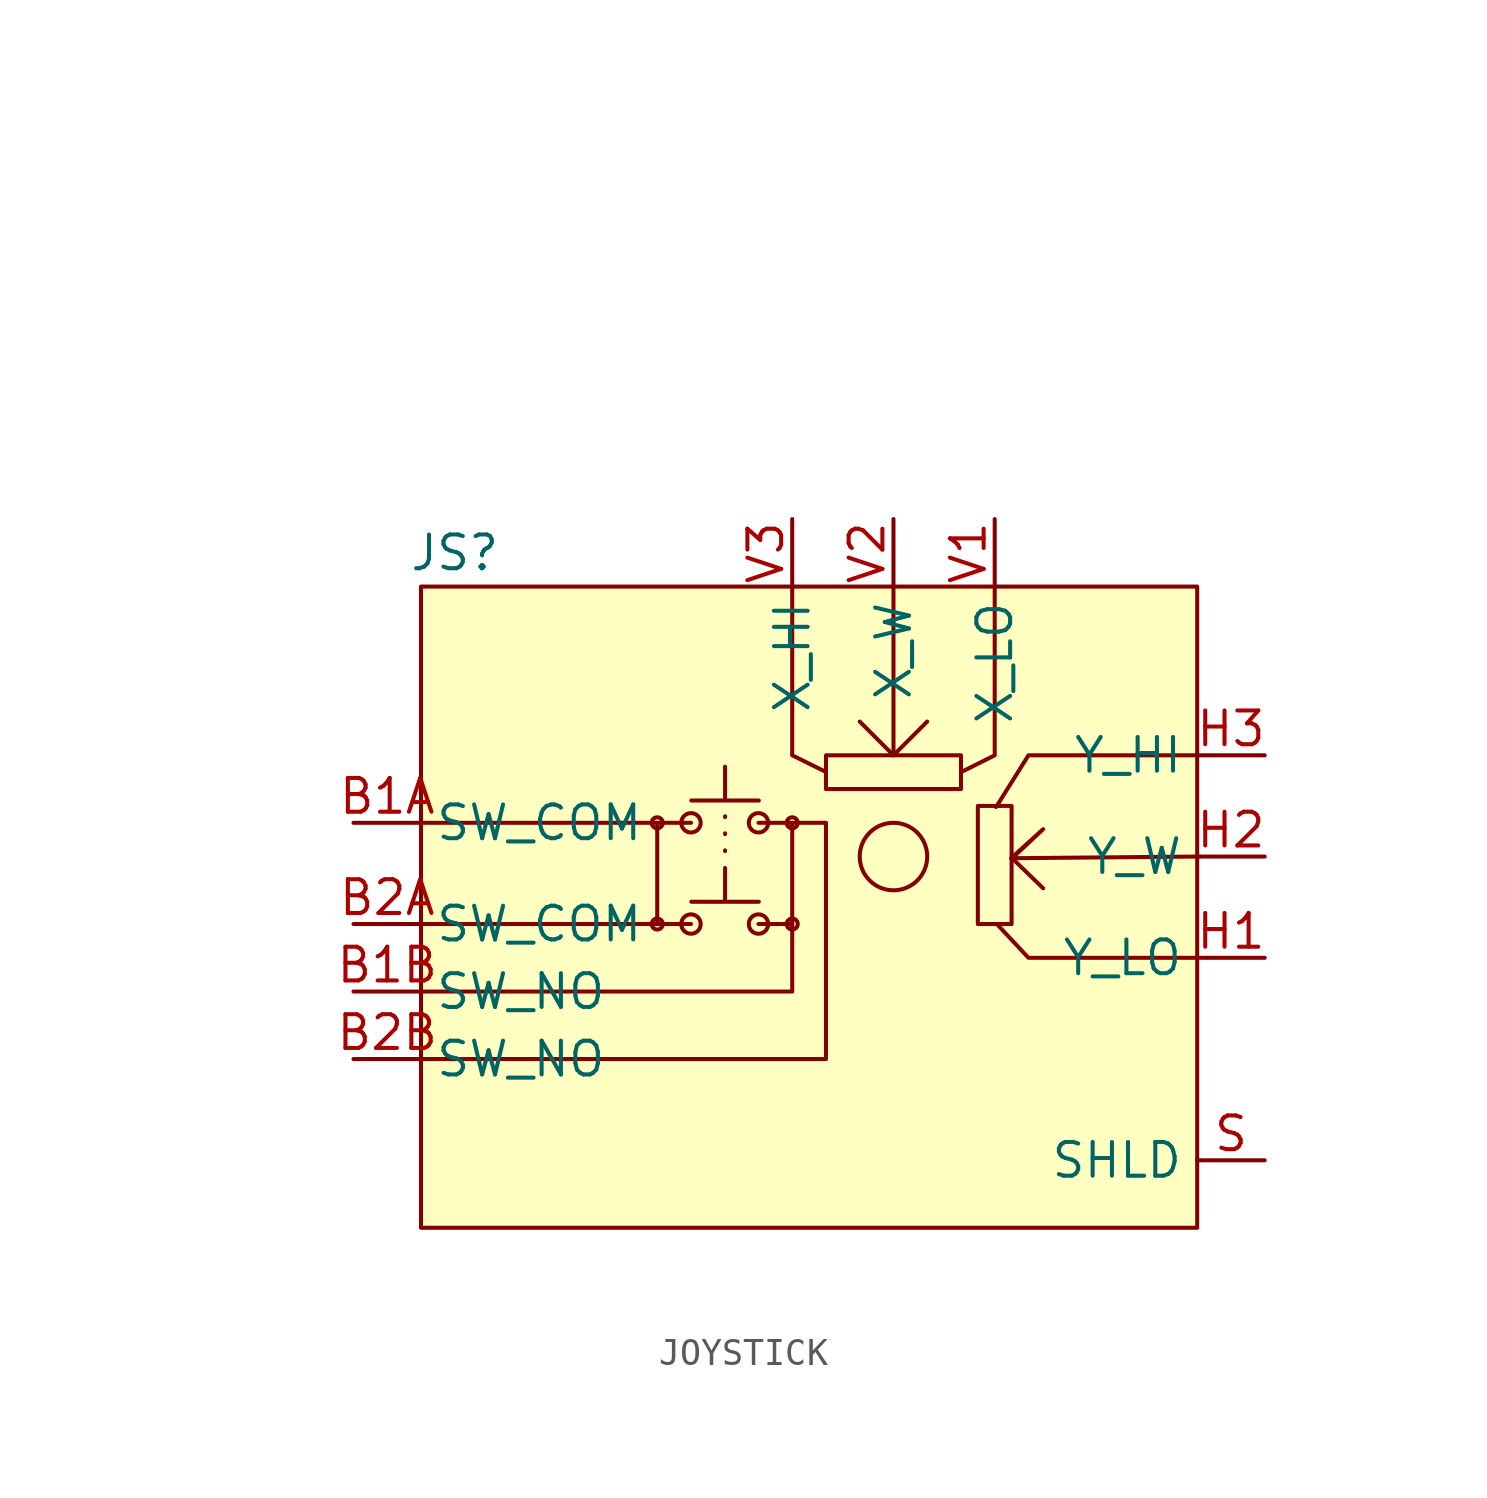
<source format=kicad_sym>
(kicad_symbol_lib
  (version 20241209)
  (generator "kicad_symbol_editor")
  (generator_version "9.0")
  (symbol "JOYSTICK"
    (property "Reference" "JS"
      (at -19.05 25.4 0)
      (effects (font (size 1.27 1.27))))
    (property "Value" ""
      (at -27.94 38.1 0)
      (effects (font (size 1.27 1.27))))
    (symbol "JOYSTICK_0_1"
      (polyline (pts (xy -7.607 16.079) (xy -10.147 16.079) (xy -8.877 16.079) (xy -8.877 17.349)) (stroke (width 0) (type default)) (fill (type none)))
      (polyline (pts (xy -7.607 12.269) (xy -10.147 12.269) (xy -8.877 12.269) (xy -8.877 13.539)) (stroke (width 0) (type default)) (fill (type none)))
      (rectangle (start -5.08 17.78) (end 0 16.51) (stroke (width 0) (type default)) (fill (type none)))
      (circle (center -2.54 13.97) (radius 1.27) (stroke (width 0) (type default)) (fill (type none)))
      (rectangle (start 0.635 15.875) (end 1.905 11.43) (stroke (width 0) (type default)) (fill (type none))))
    (symbol "JOYSTICK_1_1"
      (rectangle (start -20.32 24.13) (end 8.89 0) (stroke (width 0) (type solid)) (fill (type background)))
      (polyline (pts (xy -20.32 15.24) (xy -11.43 15.24)) (stroke (width 0) (type default)) (fill (type none)))
      (polyline (pts (xy -20.32 11.43) (xy -11.43 11.43)) (stroke (width 0) (type default)) (fill (type none)))
      (circle (center -11.43 15.24) (radius 0.207) (stroke (width 0) (type default)) (fill (type none)))
      (circle (center -11.43 11.43) (radius 0.207) (stroke (width 0) (type default)) (fill (type none)))
      (circle (center -10.16 15.24) (radius 0.365) (stroke (width 0) (type default)) (fill (type none)))
      (polyline (pts (xy -10.16 15.24) (xy -11.43 15.24) (xy -11.43 11.43) (xy -10.16 11.43)) (stroke (width 0) (type default)) (fill (type none)))
      (circle (center -10.16 11.43) (radius 0.365) (stroke (width 0) (type default)) (fill (type none)))
      (polyline (pts (xy -8.877 14.174) (xy -8.877 16.079)) (stroke (width 0) (type dot)) (fill (type none)))
      (circle (center -7.62 15.24) (radius 0.365) (stroke (width 0) (type default)) (fill (type none)))
      (polyline (pts (xy -7.62 15.24) (xy -6.35 15.24) (xy -6.35 11.43) (xy -7.62 11.43)) (stroke (width 0) (type default)) (fill (type none)))
      (circle (center -7.62 11.43) (radius 0.365) (stroke (width 0) (type default)) (fill (type none)))
      (circle (center -6.35 15.24) (radius 0.207) (stroke (width 0) (type default)) (fill (type none)))
      (polyline (pts (xy -6.35 15.24) (xy -5.08 15.24) (xy -5.08 6.35) (xy -20.32 6.35)) (stroke (width 0) (type default)) (fill (type none)))
      (circle (center -6.35 11.43) (radius 0.207) (stroke (width 0) (type default)) (fill (type none)))
      (polyline (pts (xy -6.35 11.43) (xy -6.35 8.89) (xy -20.32 8.89)) (stroke (width 0) (type default)) (fill (type none)))
      (polyline (pts (xy -5.079 17.151) (xy -6.35 17.78) (xy -6.35 24.13)) (stroke (width 0) (type default)) (fill (type none)))
      (polyline (pts (xy -2.54 24.13) (xy -2.54 17.78)) (stroke (width 0) (type default)) (fill (type none)))
      (polyline (pts (xy -2.54 17.78) (xy -3.81 19.05) (xy -2.54 17.78) (xy -1.27 19.05)) (stroke (width 0) (type default)) (fill (type none)))
      (polyline (pts (xy 0.012 17.151) (xy 1.27 17.78) (xy 1.27 24.13)) (stroke (width 0) (type default)) (fill (type none)))
      (polyline (pts (xy 1.321 15.831) (xy 2.54 17.78) (xy 8.89 17.78)) (stroke (width 0) (type default)) (fill (type none)))
      (polyline (pts (xy 1.396 11.38) (xy 2.54 10.16) (xy 8.89 10.16)) (stroke (width 0) (type default)) (fill (type none)))
      (polyline (pts (xy 8.89 13.97) (xy 1.886 13.907) (xy 3.093 15.001) (xy 1.924 13.907) (xy 3.093 12.775)) (stroke (width 0) (type default)) (fill (type none)))
      (pin input line (at -22.86 15.24 0) (length 2.54) (name "SW_COM" (effects (font (size 1.27 1.27)))) (number "B1A" (effects (font (size 1.27 1.27)))))
      (pin input line (at -22.86 11.43 0) (length 2.54) (name "SW_COM" (effects (font (size 1.27 1.27)))) (number "B2A" (effects (font (size 1.27 1.27)))))
      (pin input line (at -22.86 8.89 0) (length 2.54) (name "SW_NO" (effects (font (size 1.27 1.27)))) (number "B1B" (effects (font (size 1.27 1.27)))))
      (pin input line (at -22.86 6.35 0) (length 2.54) (name "SW_NO" (effects (font (size 1.27 1.27)))) (number "B2B" (effects (font (size 1.27 1.27)))))
      (pin input line (at -6.35 26.67 270) (length 2.54) (name "X_HI" (effects (font (size 1.27 1.27)))) (number "V3" (effects (font (size 1.27 1.27)))))
      (pin input line (at -2.54 26.67 270) (length 2.54) (name "X_W" (effects (font (size 1.27 1.27)))) (number "V2" (effects (font (size 1.27 1.27)))))
      (pin input line (at 1.27 26.67 270) (length 2.54) (name "X_LO" (effects (font (size 1.27 1.27)))) (number "V1" (effects (font (size 1.27 1.27)))))
      (pin input line (at 11.43 17.78 180) (length 2.54) (name "Y_HI" (effects (font (size 1.27 1.27)))) (number "H3" (effects (font (size 1.27 1.27)))))
      (pin input line (at 11.43 13.97 180) (length 2.54) (name "Y_W" (effects (font (size 1.27 1.27)))) (number "H2" (effects (font (size 1.27 1.27)))))
      (pin input line (at 11.43 10.16 180) (length 2.54) (name "Y_LO" (effects (font (size 1.27 1.27)))) (number "H1" (effects (font (size 1.27 1.27)))))
      (pin input line (at 11.43 2.54 180) (length 2.54) (name "SHLD" (effects (font (size 1.27 1.27)))) (number "S" (effects (font (size 1.27 1.27))))))))
</source>
